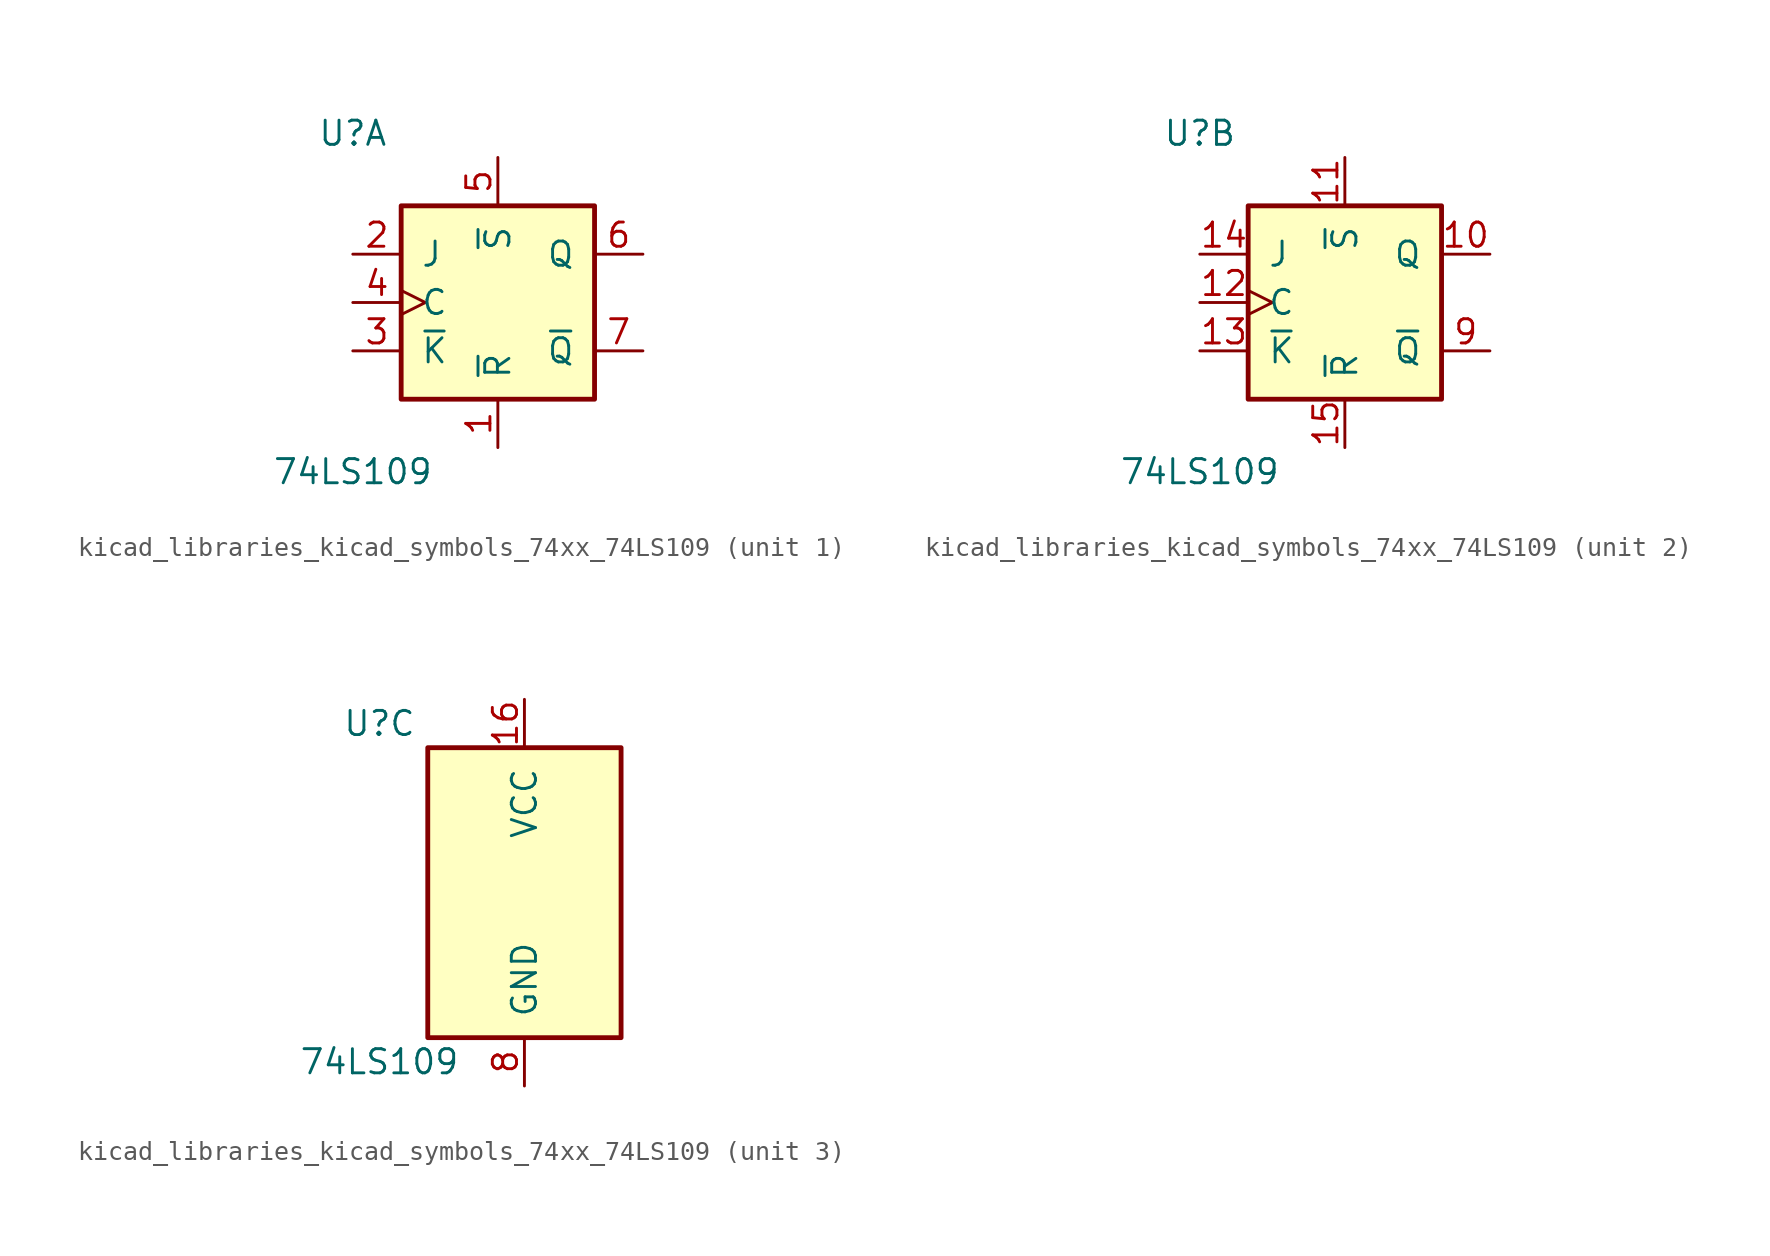
<source format=kicad_sym>
(kicad_symbol_lib
  (version 20220914)
  (generator kicad_symbol_editor)
  (symbol "kicad_libraries_kicad_symbols_74xx_74LS109"
    (pin_names
      (offset 1.016))
    (property "Reference" "U"
      (at -7.62 8.89 0)
      (effects (font (size 1.27 1.27))))
    (property "Value" "74LS109"
      (at -7.62 -8.89 0)
      (effects (font (size 1.27 1.27))))
    (property "ki_locked" ""
      (at 0 0 0)
      (effects (font (size 1.27 1.27))))
    (symbol "kicad_libraries_kicad_symbols_74xx_74LS109_1_0"
      (pin input line (at 0 -7.62 90) (length 2.54) (name "~{R}" (effects (font (size 1.27 1.27)))) (number "1" (effects (font (size 1.27 1.27)))))
      (pin input line (at -7.62 2.54 0) (length 2.54) (name "J" (effects (font (size 1.27 1.27)))) (number "2" (effects (font (size 1.27 1.27)))))
      (pin input line (at -7.62 -2.54 0) (length 2.54) (name "~{K}" (effects (font (size 1.27 1.27)))) (number "3" (effects (font (size 1.27 1.27)))))
      (pin input clock (at -7.62 0 0) (length 2.54) (name "C" (effects (font (size 1.27 1.27)))) (number "4" (effects (font (size 1.27 1.27)))))
      (pin input line (at 0 7.62 270) (length 2.54) (name "~{S}" (effects (font (size 1.27 1.27)))) (number "5" (effects (font (size 1.27 1.27)))))
      (pin output line (at 7.62 2.54 180) (length 2.54) (name "Q" (effects (font (size 1.27 1.27)))) (number "6" (effects (font (size 1.27 1.27)))))
      (pin output line (at 7.62 -2.54 180) (length 2.54) (name "~{Q}" (effects (font (size 1.27 1.27)))) (number "7" (effects (font (size 1.27 1.27))))))
    (symbol "kicad_libraries_kicad_symbols_74xx_74LS109_1_1"
      (rectangle (start -5.08 5.08) (end 5.08 -5.08) (stroke (width 0.254) (type default)) (fill (type background))))
    (symbol "kicad_libraries_kicad_symbols_74xx_74LS109_2_0"
      (pin output line (at 7.62 2.54 180) (length 2.54) (name "Q" (effects (font (size 1.27 1.27)))) (number "10" (effects (font (size 1.27 1.27)))))
      (pin input line (at 0 7.62 270) (length 2.54) (name "~{S}" (effects (font (size 1.27 1.27)))) (number "11" (effects (font (size 1.27 1.27)))))
      (pin input clock (at -7.62 0 0) (length 2.54) (name "C" (effects (font (size 1.27 1.27)))) (number "12" (effects (font (size 1.27 1.27)))))
      (pin input line (at -7.62 -2.54 0) (length 2.54) (name "~{K}" (effects (font (size 1.27 1.27)))) (number "13" (effects (font (size 1.27 1.27)))))
      (pin input line (at -7.62 2.54 0) (length 2.54) (name "J" (effects (font (size 1.27 1.27)))) (number "14" (effects (font (size 1.27 1.27)))))
      (pin input line (at 0 -7.62 90) (length 2.54) (name "~{R}" (effects (font (size 1.27 1.27)))) (number "15" (effects (font (size 1.27 1.27)))))
      (pin output line (at 7.62 -2.54 180) (length 2.54) (name "~{Q}" (effects (font (size 1.27 1.27)))) (number "9" (effects (font (size 1.27 1.27))))))
    (symbol "kicad_libraries_kicad_symbols_74xx_74LS109_2_1"
      (rectangle (start -5.08 5.08) (end 5.08 -5.08) (stroke (width 0.254) (type default)) (fill (type background))))
    (symbol "kicad_libraries_kicad_symbols_74xx_74LS109_3_0"
      (pin power_in line (at 0 10.16 270) (length 2.54) (name "VCC" (effects (font (size 1.27 1.27)))) (number "16" (effects (font (size 1.27 1.27)))))
      (pin power_in line (at 0 -10.16 90) (length 2.54) (name "GND" (effects (font (size 1.27 1.27)))) (number "8" (effects (font (size 1.27 1.27))))))
    (symbol "kicad_libraries_kicad_symbols_74xx_74LS109_3_1"
      (rectangle (start -5.08 7.62) (end 5.08 -7.62) (stroke (width 0.254) (type default)) (fill (type background))))))
</source>
